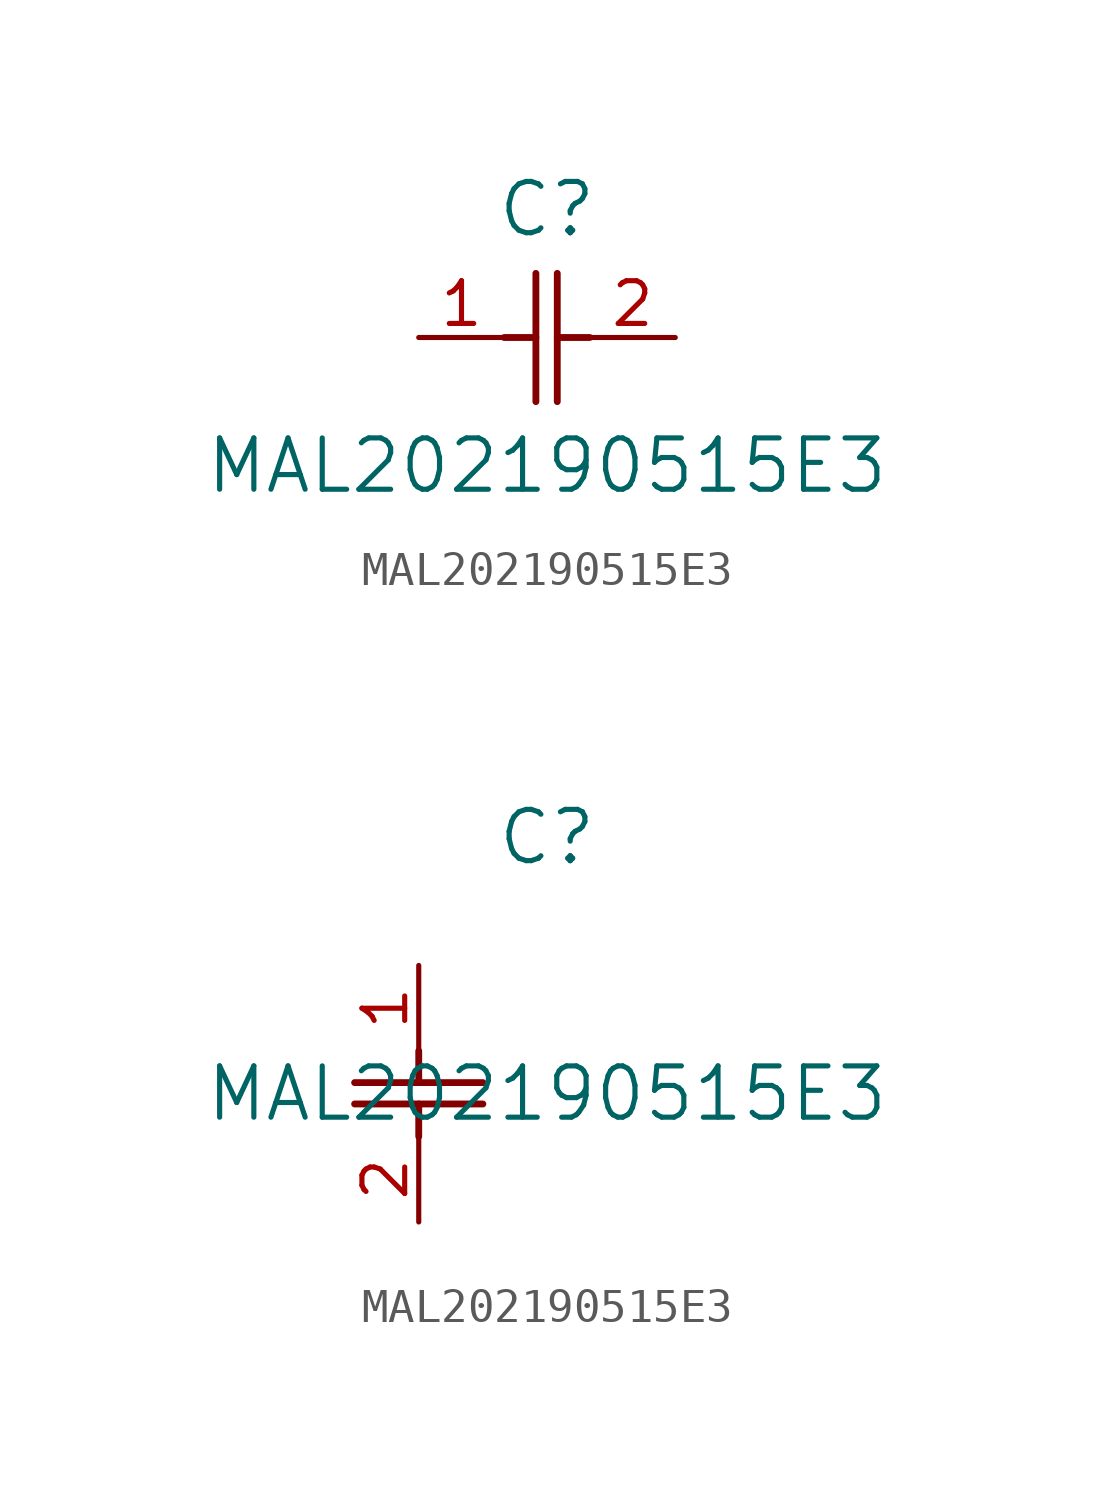
<source format=kicad_sym>
(kicad_symbol_lib
  (version 20211014)
  (generator kicad_symbol_editor)
  (symbol "MAL202190515E3"
    (pin_names
      (offset 0.254))
    (property "Reference" "C"
      (at 3.81 3.81 0)
      (effects (font (size 1.524 1.524))))
    (property "Value" "MAL202190515E3"
      (at 3.81 -3.81 0)
      (effects (font (size 1.524 1.524))))
    (symbol "MAL202190515E3_1_1"
      (polyline (pts (xy 3.48 -1.905) (xy 3.48 1.905)) (stroke (width 0.203) (type default) (color 0 0 0 0)) (fill (type none)))
      (polyline (pts (xy 4.115 -1.905) (xy 4.115 1.905)) (stroke (width 0.203) (type default) (color 0 0 0 0)) (fill (type none)))
      (polyline (pts (xy 4.115 0) (xy 5.08 0)) (stroke (width 0.203) (type default) (color 0 0 0 0)) (fill (type none)))
      (polyline (pts (xy 2.54 0) (xy 3.48 0)) (stroke (width 0.203) (type default) (color 0 0 0 0)) (fill (type none)))
      (pin unspecified line (at 0 0 0) (length 2.54) (name "" (effects (font (size 1.27 1.27)))) (number "1" (effects (font (size 1.27 1.27)))))
      (pin unspecified line (at 7.62 0 180) (length 2.54) (name "" (effects (font (size 1.27 1.27)))) (number "2" (effects (font (size 1.27 1.27))))))
    (symbol "MAL202190515E3_1_2"
      (polyline (pts (xy -1.905 -3.48) (xy 1.905 -3.48)) (stroke (width 0.203) (type default) (color 0 0 0 0)) (fill (type none)))
      (polyline (pts (xy -1.905 -4.115) (xy 1.905 -4.115)) (stroke (width 0.203) (type default) (color 0 0 0 0)) (fill (type none)))
      (polyline (pts (xy 0 -4.115) (xy 0 -5.08)) (stroke (width 0.203) (type default) (color 0 0 0 0)) (fill (type none)))
      (polyline (pts (xy 0 -2.54) (xy 0 -3.48)) (stroke (width 0.203) (type default) (color 0 0 0 0)) (fill (type none)))
      (pin unspecified line (at 0 0 270) (length 2.54) (name "" (effects (font (size 1.27 1.27)))) (number "1" (effects (font (size 1.27 1.27)))))
      (pin unspecified line (at 0 -7.62 90) (length 2.54) (name "" (effects (font (size 1.27 1.27)))) (number "2" (effects (font (size 1.27 1.27))))))))
</source>
